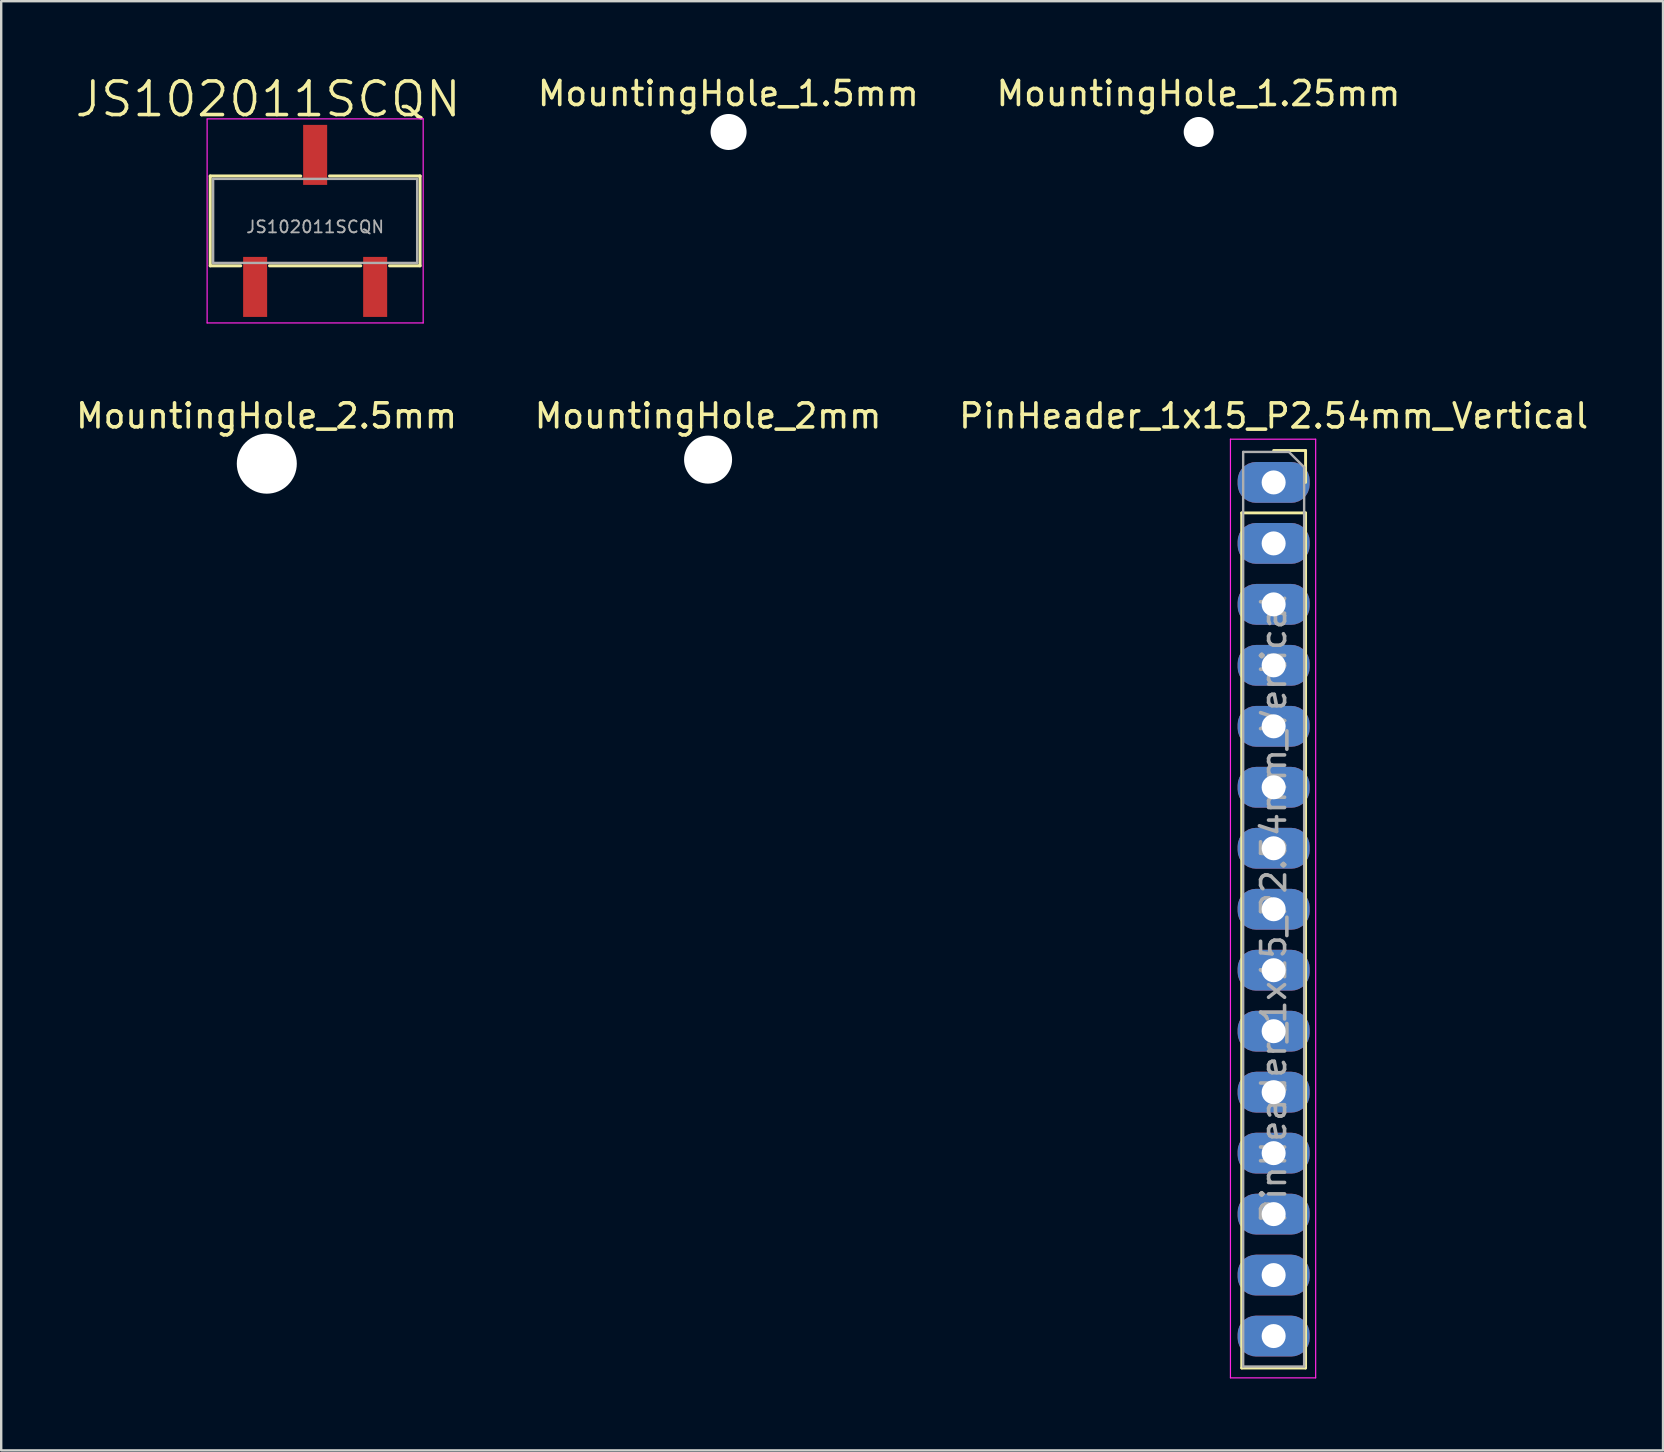
<source format=kicad_pcb>
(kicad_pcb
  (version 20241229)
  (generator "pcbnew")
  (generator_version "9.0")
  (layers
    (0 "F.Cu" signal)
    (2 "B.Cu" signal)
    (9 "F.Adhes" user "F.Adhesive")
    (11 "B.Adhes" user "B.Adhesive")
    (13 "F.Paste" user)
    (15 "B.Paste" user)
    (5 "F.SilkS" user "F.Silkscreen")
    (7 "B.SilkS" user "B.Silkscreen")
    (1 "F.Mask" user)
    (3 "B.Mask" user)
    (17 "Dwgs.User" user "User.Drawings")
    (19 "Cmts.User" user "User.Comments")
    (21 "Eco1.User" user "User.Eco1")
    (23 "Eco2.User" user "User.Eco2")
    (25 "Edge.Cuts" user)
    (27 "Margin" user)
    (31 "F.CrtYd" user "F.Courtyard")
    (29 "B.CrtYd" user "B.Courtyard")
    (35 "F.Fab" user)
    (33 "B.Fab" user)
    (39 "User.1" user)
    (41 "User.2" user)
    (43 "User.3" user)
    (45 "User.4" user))
  (footprint "JS102011SCQN"
    (layer "F.Cu")
    (at 10.078 6.152)
    (property "Reference" "JS102011SCQN" (at -1.96 -5.07 0) (layer "F.SilkS") (effects (font (size 1.4 1.4) (thickness 0.15))))
    (attr smd)
    (fp_line (start -4.37 -1.87) (end -0.6 -1.87) (stroke (width 0.127) (type solid)) (layer "F.SilkS"))
    (fp_line (start -4.37 1.87) (end -4.37 -1.87) (stroke (width 0.127) (type solid)) (layer "F.SilkS"))
    (fp_line (start -3.1 1.87) (end -4.37 1.87) (stroke (width 0.127) (type solid)) (layer "F.SilkS"))
    (fp_line (start -1.9 1.87) (end 1.9 1.87) (stroke (width 0.127) (type solid)) (layer "F.SilkS"))
    (fp_line (start 0.6 -1.87) (end 4.37 -1.87) (stroke (width 0.127) (type solid)) (layer "F.SilkS"))
    (fp_line (start 4.37 -1.87) (end 4.37 1.87) (stroke (width 0.127) (type solid)) (layer "F.SilkS"))
    (fp_line (start 4.37 1.87) (end 3.1 1.87) (stroke (width 0.127) (type solid)) (layer "F.SilkS"))
    (fp_line (start -4.5 -4.25) (end 4.5 -4.25) (stroke (width 0.05) (type solid)) (layer "F.CrtYd"))
    (fp_line (start -4.5 4.25) (end -4.5 -4.24) (stroke (width 0.05) (type solid)) (layer "F.CrtYd"))
    (fp_line (start 4.5 -4.25) (end 4.5 4.25) (stroke (width 0.05) (type solid)) (layer "F.CrtYd"))
    (fp_line (start 4.5 4.25) (end -4.5 4.25) (stroke (width 0.05) (type solid)) (layer "F.CrtYd"))
    (fp_line (start -4.25 -1.75) (end 4.25 -1.75) (stroke (width 0.1) (type solid)) (layer "F.Fab"))
    (fp_line (start -4.25 1.75) (end -4.25 -1.75) (stroke (width 0.1) (type solid)) (layer "F.Fab"))
    (fp_line (start 4.25 -1.75) (end 4.25 1.75) (stroke (width 0.1) (type solid)) (layer "F.Fab"))
    (fp_line (start 4.25 1.75) (end -4.25 1.75) (stroke (width 0.1) (type solid)) (layer "F.Fab"))
    (fp_text user "${REFERENCE}" (at 0 0.25 0) (layer "F.Fab") (effects (font (size 0.5 0.5) (thickness 0.075))))
    (pad "1" smd rect (at -2.5 2.75) (size 1 2.5) (layers "F.Cu" "F.Mask" "F.Paste"))
    (pad "2" smd rect (at 0 -2.75) (size 1 2.5) (layers "F.Cu" "F.Mask" "F.Paste"))
    (pad "3" smd rect (at 2.5 2.75) (size 1 2.5) (layers "F.Cu" "F.Mask" "F.Paste")))
  (footprint "MountingHole_2.5mm"
    (layer "F.Cu")
    (at 8.064 16.265)
    (property "Reference" "MountingHole_2.5mm" (at -0.01 -1.99 0) (layer "F.SilkS") (effects (font (size 1 1) (thickness 0.15))))
    (attr through_hole board_only exclude_from_pos_files exclude_from_bom allow_missing_courtyard)
    (pad "" np_thru_hole circle (at 0 0) (size 2.5 2.5) (drill 2.5) (layers "*.Cu" "*.Mask")))
  (footprint "MountingHole_1.25mm"
    (layer "F.Cu")
    (at 46.884 2.448)
    (property "Reference" "MountingHole_1.25mm" (at -0.01 -1.6 0) (layer "F.SilkS") (effects (font (size 1 1) (thickness 0.15))))
    (attr through_hole board_only exclude_from_pos_files exclude_from_bom allow_missing_courtyard)
    (pad "" np_thru_hole circle (at 0 0) (size 1.25 1.25) (drill 1.25) (layers "*.Cu" "*.Mask")))
  (footprint "MountingHole_2mm"
    (layer "F.Cu")
    (at 26.446 16.096)
    (property "Reference" "MountingHole_2mm" (at 0 -1.82 0) (layer "F.SilkS") (effects (font (size 1 1) (thickness 0.15))))
    (attr through_hole board_only exclude_from_pos_files exclude_from_bom allow_missing_courtyard)
    (pad "" np_thru_hole circle (at 0 0) (size 2 2) (drill 2) (layers "*.Cu" "*.Mask")))
  (footprint "MountingHole_1.5mm"
    (layer "F.Cu")
    (at 27.3 2.448)
    (property "Reference" "MountingHole_1.5mm" (at -0.01 -1.6 0) (layer "F.SilkS") (effects (font (size 1 1) (thickness 0.15))))
    (attr through_hole board_only exclude_from_pos_files exclude_from_bom allow_missing_courtyard)
    (pad "" np_thru_hole circle (at 0 0) (size 1.5 1.5) (drill 1.5) (layers "*.Cu" "*.Mask")))
  (footprint "PinHeader_1x15_P2.54mm_Vertical"
    (layer "F.Cu")
    (at 50.006 17.046)
    (property "Reference" "PinHeader_1x15_P2.54mm_Vertical" (at 0 -2.77 0) (layer "F.SilkS") (effects (font (size 1 1) (thickness 0.15))))
    (attr through_hole)
    (fp_rect (start -1.5 0) (end 1.5 35.56) (stroke (width 0) (type solid)) (fill yes) (layer "F.Mask"))
    (fp_circle (center 0 0) (end 1.5 0) (stroke (width 0) (type solid)) (fill yes) (layer "F.Mask"))
    (fp_circle (center 0 35.56) (end 1.5 35.56) (stroke (width 0) (type solid)) (fill yes) (layer "F.Mask"))
    (fp_rect (start 1.5 0) (end -1.5 35.56) (stroke (width 0) (type solid)) (fill yes) (layer "B.Mask"))
    (fp_circle (center 0 0) (end 1.5 0) (stroke (width 0) (type solid)) (fill yes) (layer "B.Mask"))
    (fp_circle (center 0 35.56) (end 1.5 35.56) (stroke (width 0) (type solid)) (fill yes) (layer "B.Mask"))
    (fp_line (start -1.33 1.27) (end -1.33 36.89) (stroke (width 0.12) (type solid)) (layer "F.SilkS"))
    (fp_line (start -1.33 1.27) (end 1.33 1.27) (stroke (width 0.12) (type solid)) (layer "F.SilkS"))
    (fp_line (start -1.33 36.89) (end 1.33 36.89) (stroke (width 0.12) (type solid)) (layer "F.SilkS"))
    (fp_line (start 0 -1.33) (end 1.33 -1.33) (stroke (width 0.12) (type solid)) (layer "F.SilkS"))
    (fp_line (start 1.33 -1.33) (end 1.33 0) (stroke (width 0.12) (type solid)) (layer "F.SilkS"))
    (fp_line (start 1.33 1.27) (end 1.33 36.89) (stroke (width 0.12) (type solid)) (layer "F.SilkS"))
    (fp_line (start -1.8 -1.8) (end 1.75 -1.8) (stroke (width 0.05) (type solid)) (layer "F.CrtYd"))
    (fp_line (start -1.8 37.3) (end -1.8 -1.8) (stroke (width 0.05) (type solid)) (layer "F.CrtYd"))
    (fp_line (start 1.75 -1.8) (end 1.75 37.3) (stroke (width 0.05) (type solid)) (layer "F.CrtYd"))
    (fp_line (start 1.75 37.3) (end -1.8 37.3) (stroke (width 0.05) (type solid)) (layer "F.CrtYd"))
    (fp_line (start -1.27 -1.27) (end 0.635 -1.27) (stroke (width 0.1) (type solid)) (layer "F.Fab"))
    (fp_line (start -1.27 36.83) (end -1.27 -1.27) (stroke (width 0.1) (type solid)) (layer "F.Fab"))
    (fp_line (start 0.635 -1.27) (end 1.27 -0.635) (stroke (width 0.1) (type solid)) (layer "F.Fab"))
    (fp_line (start 1.27 -0.635) (end 1.27 36.83) (stroke (width 0.1) (type solid)) (layer "F.Fab"))
    (fp_line (start 1.27 36.83) (end -1.27 36.83) (stroke (width 0.1) (type solid)) (layer "F.Fab"))
    (fp_text user "${REFERENCE}" (at 0 17.78 90) (layer "F.Fab") (effects (font (size 1 1) (thickness 0.15))))
    (pad "1" thru_hole roundrect (at 0 0) (size 3 1.7) (drill 1) (layers "*.Cu" "*.Mask") (roundrect_rratio 0.45))
    (pad "2" thru_hole roundrect (at 0 2.54) (size 3 1.7) (drill 1) (layers "*.Cu" "*.Mask") (roundrect_rratio 0.45))
    (pad "3" thru_hole roundrect (at 0 5.08) (size 3 1.7) (drill 1) (layers "*.Cu" "*.Mask") (roundrect_rratio 0.45))
    (pad "4" thru_hole roundrect (at 0 7.62) (size 3 1.7) (drill 1) (layers "*.Cu" "*.Mask") (roundrect_rratio 0.45))
    (pad "5" thru_hole roundrect (at 0 10.16) (size 3 1.7) (drill 1) (layers "*.Cu" "*.Mask") (roundrect_rratio 0.45))
    (pad "6" thru_hole roundrect (at 0 12.7) (size 3 1.7) (drill 1) (layers "*.Cu" "*.Mask") (roundrect_rratio 0.45))
    (pad "7" thru_hole roundrect (at 0 15.24) (size 3 1.7) (drill 1) (layers "*.Cu" "*.Mask") (roundrect_rratio 0.45))
    (pad "8" thru_hole roundrect (at 0 17.78) (size 3 1.7) (drill 1) (layers "*.Cu" "*.Mask") (roundrect_rratio 0.45))
    (pad "9" thru_hole roundrect (at 0 20.32) (size 3 1.7) (drill 1) (layers "*.Cu" "*.Mask") (roundrect_rratio 0.45))
    (pad "10" thru_hole roundrect (at 0 22.86) (size 3 1.7) (drill 1) (layers "*.Cu" "*.Mask") (roundrect_rratio 0.45))
    (pad "11" thru_hole roundrect (at 0 25.4) (size 3 1.7) (drill 1) (layers "*.Cu" "*.Mask") (roundrect_rratio 0.45))
    (pad "12" thru_hole roundrect (at 0 27.94) (size 3 1.7) (drill 1) (layers "*.Cu" "*.Mask") (roundrect_rratio 0.45))
    (pad "13" thru_hole roundrect (at 0 30.48) (size 3 1.7) (drill 1) (layers "*.Cu" "*.Mask") (roundrect_rratio 0.45))
    (pad "14" thru_hole roundrect (at 0 33.02) (size 3 1.7) (drill 1) (layers "*.Cu" "*.Mask") (roundrect_rratio 0.45))
    (pad "15" thru_hole roundrect (at 0 35.56) (size 3 1.7) (drill 1) (layers "*.Cu" "*.Mask") (roundrect_rratio 0.45)))
  (gr_rect
    (start -3 -3)
    (end 66.226 57.37)
    (stroke (width 0.1) (type default))
    (fill no)
    (layer "Edge.Cuts")))
</source>
